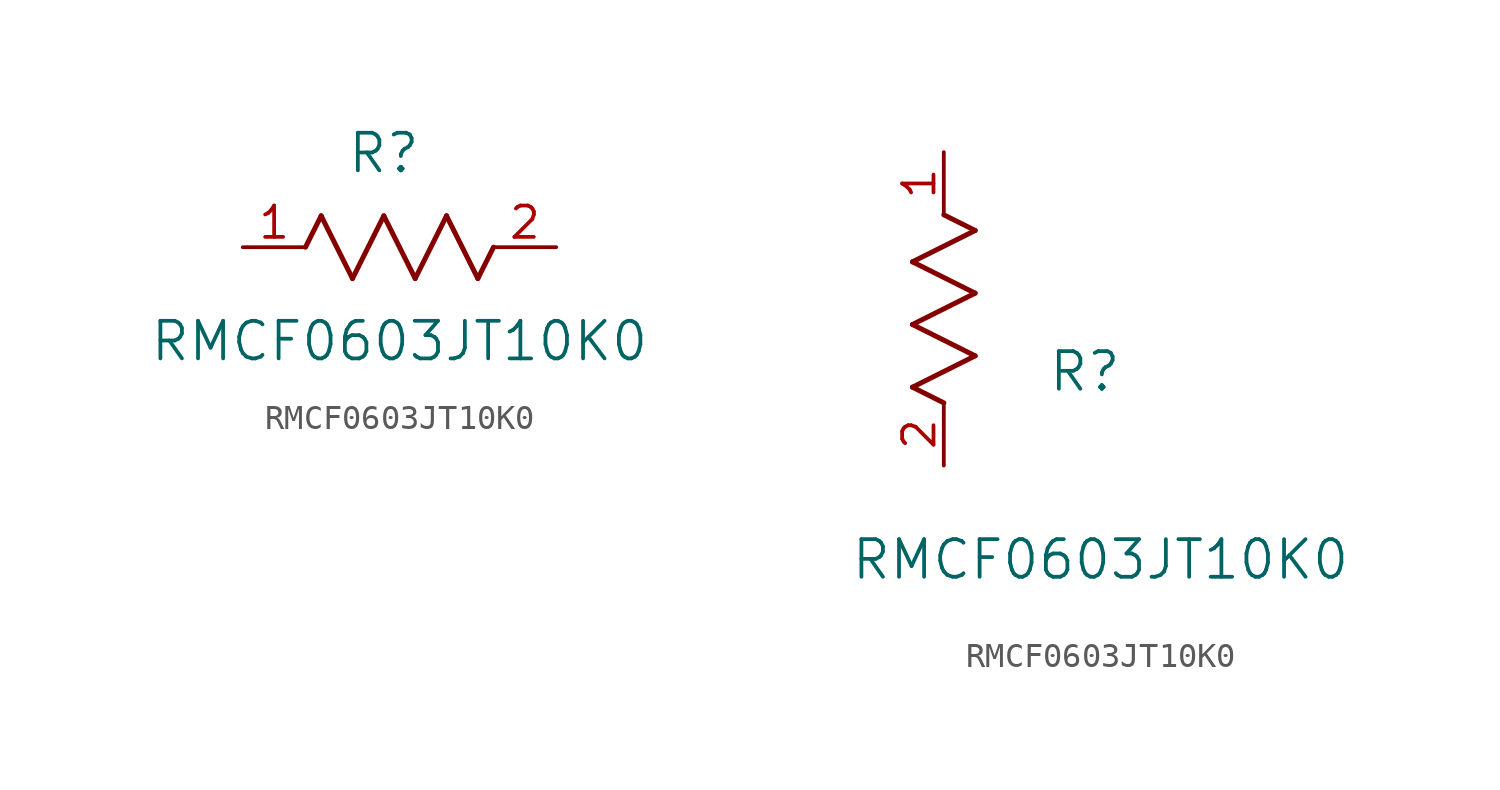
<source format=kicad_sym>
(kicad_symbol_lib
  (version 20211014)
  (generator kicad_symbol_editor)
  (symbol "RMCF0603JT10K0"
    (pin_names
      (offset 0.254))
    (property "Reference" "R"
      (at 5.715 3.81 0)
      (effects (font (size 1.524 1.524))))
    (property "Value" "RMCF0603JT10K0"
      (at 6.35 -3.81 0)
      (effects (font (size 1.524 1.524))))
    (symbol "RMCF0603JT10K0_1_1"
      (polyline (pts (xy 3.175 1.27) (xy 4.445 -1.27)) (stroke (width 0.203) (type default) (color 0 0 0 0)) (fill (type none)))
      (polyline (pts (xy 4.445 -1.27) (xy 5.715 1.27)) (stroke (width 0.203) (type default) (color 0 0 0 0)) (fill (type none)))
      (polyline (pts (xy 5.715 1.27) (xy 6.985 -1.27)) (stroke (width 0.203) (type default) (color 0 0 0 0)) (fill (type none)))
      (polyline (pts (xy 6.985 -1.27) (xy 8.255 1.27)) (stroke (width 0.203) (type default) (color 0 0 0 0)) (fill (type none)))
      (polyline (pts (xy 8.255 1.27) (xy 9.525 -1.27)) (stroke (width 0.203) (type default) (color 0 0 0 0)) (fill (type none)))
      (polyline (pts (xy 2.54 0) (xy 3.175 1.27)) (stroke (width 0.203) (type default) (color 0 0 0 0)) (fill (type none)))
      (polyline (pts (xy 9.525 -1.27) (xy 10.16 0)) (stroke (width 0.203) (type default) (color 0 0 0 0)) (fill (type none)))
      (pin unspecified line (at 0 0 0) (length 2.54) (name "" (effects (font (size 1.27 1.27)))) (number "1" (effects (font (size 1.27 1.27)))))
      (pin unspecified line (at 12.7 0 180) (length 2.54) (name "" (effects (font (size 1.27 1.27)))) (number "2" (effects (font (size 1.27 1.27))))))
    (symbol "RMCF0603JT10K0_1_2"
      (polyline (pts (xy 0 2.54) (xy -1.27 3.175)) (stroke (width 0.203) (type default) (color 0 0 0 0)) (fill (type none)))
      (polyline (pts (xy -1.27 3.175) (xy 1.27 4.445)) (stroke (width 0.203) (type default) (color 0 0 0 0)) (fill (type none)))
      (polyline (pts (xy 1.27 4.445) (xy -1.27 5.715)) (stroke (width 0.203) (type default) (color 0 0 0 0)) (fill (type none)))
      (polyline (pts (xy -1.27 5.715) (xy 1.27 6.985)) (stroke (width 0.203) (type default) (color 0 0 0 0)) (fill (type none)))
      (polyline (pts (xy -1.27 8.255) (xy 1.27 9.525)) (stroke (width 0.203) (type default) (color 0 0 0 0)) (fill (type none)))
      (polyline (pts (xy 1.27 9.525) (xy 0 10.16)) (stroke (width 0.203) (type default) (color 0 0 0 0)) (fill (type none)))
      (polyline (pts (xy 1.27 6.985) (xy -1.27 8.255)) (stroke (width 0.203) (type default) (color 0 0 0 0)) (fill (type none)))
      (pin unspecified line (at 0 12.7 270) (length 2.54) (name "" (effects (font (size 1.27 1.27)))) (number "1" (effects (font (size 1.27 1.27)))))
      (pin unspecified line (at 0 0 90) (length 2.54) (name "" (effects (font (size 1.27 1.27)))) (number "2" (effects (font (size 1.27 1.27))))))))
</source>
